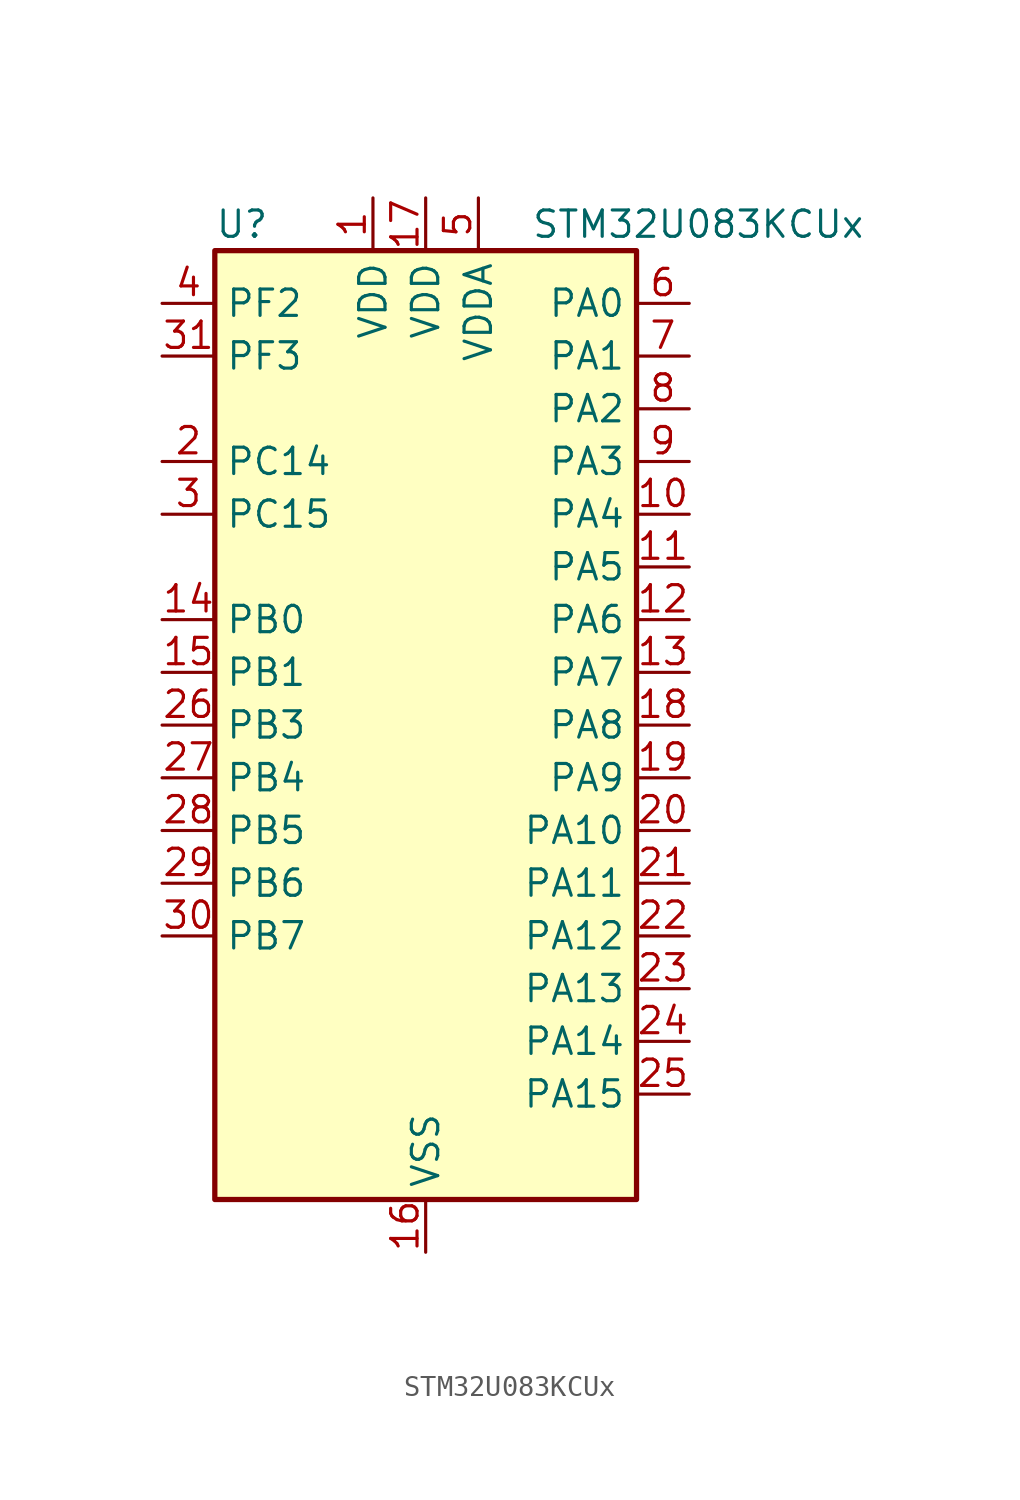
<source format=kicad_sym>
(kicad_symbol_lib
  (version 20231120)
  (generator "kicad_symbol_editor")
  (generator_version "8.99")
  (symbol "STM32U083KCUx"
    (property "Reference" "U"
      (at -10.16 24.13 0)
      (effects (font (size 1.27 1.27)) (justify left)))
    (property "Value" "STM32U083KCUx"
      (at 5.08 24.13 0)
      (effects (font (size 1.27 1.27)) (justify left)))
    (property "ki_locked" ""
      (at 0 0 0)
      (effects (font (size 1.27 1.27))))
    (symbol "STM32U083KCUx_0_1"
      (rectangle (start -10.16 -22.86) (end 10.16 22.86) (stroke (width 0.254) (type default)) (fill (type background))))
    (symbol "STM32U083KCUx_1_1"
      (pin power_in line (at -2.54 25.4 270) (length 2.54) (name "VDD" (effects (font (size 1.27 1.27)))) (number "1" (effects (font (size 1.27 1.27)))))
      (pin bidirectional line (at 12.7 10.16 180) (length 2.54) (name "PA4" (effects (font (size 1.27 1.27)))) (number "10" (effects (font (size 1.27 1.27)))) (alternate "ADC1_IN8" bidirectional line) (alternate "COMP1_INM" bidirectional line) (alternate "COMP2_INM" bidirectional line) (alternate "DAC1_OUT1" bidirectional line) (alternate "LCD_SEG43" bidirectional line) (alternate "LPTIM2_CH1" bidirectional line) (alternate "LPUART3_TX" bidirectional line) (alternate "SPI1_NSS" bidirectional line) (alternate "SPI3_NSS" bidirectional line) (alternate "USART2_CK" bidirectional line))
      (pin bidirectional line (at 12.7 7.62 180) (length 2.54) (name "PA5" (effects (font (size 1.27 1.27)))) (number "11" (effects (font (size 1.27 1.27)))) (alternate "ADC1_IN9" bidirectional line) (alternate "COMP1_INM" bidirectional line) (alternate "COMP2_INM" bidirectional line) (alternate "LCD_SEG44" bidirectional line) (alternate "LPTIM2_ETR" bidirectional line) (alternate "LPUART3_RX" bidirectional line) (alternate "SPI1_SCK" bidirectional line) (alternate "TIM2_CH1" bidirectional line) (alternate "TIM2_ETR" bidirectional line) (alternate "USART3_TX" bidirectional line))
      (pin bidirectional line (at 12.7 5.08 180) (length 2.54) (name "PA6" (effects (font (size 1.27 1.27)))) (number "12" (effects (font (size 1.27 1.27)))) (alternate "ADC1_IN10" bidirectional line) (alternate "COMP1_OUT" bidirectional line) (alternate "I2C2_SDA" bidirectional line) (alternate "I2C3_SDA" bidirectional line) (alternate "LCD_SEG3" bidirectional line) (alternate "LPUART1_CTS" bidirectional line) (alternate "SPI1_MISO" bidirectional line) (alternate "TIM16_CH1" bidirectional line) (alternate "TIM1_BKIN" bidirectional line) (alternate "TIM3_CH1" bidirectional line) (alternate "TSC_G5_IO1" bidirectional line) (alternate "USART3_CTS" bidirectional line))
      (pin bidirectional line (at 12.7 2.54 180) (length 2.54) (name "PA7" (effects (font (size 1.27 1.27)))) (number "13" (effects (font (size 1.27 1.27)))) (alternate "ADC1_IN14" bidirectional line) (alternate "COMP2_OUT" bidirectional line) (alternate "I2C2_SCL" bidirectional line) (alternate "I2C3_SCL" bidirectional line) (alternate "LCD_SEG4" bidirectional line) (alternate "LPTIM2_CH2" bidirectional line) (alternate "SPI1_MOSI" bidirectional line) (alternate "TIM1_CH1N" bidirectional line) (alternate "TIM3_CH2" bidirectional line) (alternate "USART3_RX" bidirectional line))
      (pin bidirectional line (at -12.7 5.08 0) (length 2.54) (name "PB0" (effects (font (size 1.27 1.27)))) (number "14" (effects (font (size 1.27 1.27)))) (alternate "ADC1_IN17" bidirectional line) (alternate "COMP1_OUT" bidirectional line) (alternate "LCD_SEG5" bidirectional line) (alternate "LPTIM3_CH1" bidirectional line) (alternate "LPUART2_CTS" bidirectional line) (alternate "SPI1_NSS" bidirectional line) (alternate "TIM1_CH2N" bidirectional line) (alternate "TIM3_CH3" bidirectional line) (alternate "TSC_G5_IO2" bidirectional line) (alternate "USART3_CK" bidirectional line))
      (pin bidirectional line (at -12.7 2.54 0) (length 2.54) (name "PB1" (effects (font (size 1.27 1.27)))) (number "15" (effects (font (size 1.27 1.27)))) (alternate "ADC1_IN18" bidirectional line) (alternate "COMP1_INM" bidirectional line) (alternate "LCD_SEG6" bidirectional line) (alternate "LPTIM2_IN1" bidirectional line) (alternate "LPTIM3_CH2" bidirectional line) (alternate "LPUART1_DE" bidirectional line) (alternate "LPUART1_RTS" bidirectional line) (alternate "LPUART2_DE" bidirectional line) (alternate "LPUART2_RTS" bidirectional line) (alternate "TIM1_CH3N" bidirectional line) (alternate "TIM3_CH4" bidirectional line) (alternate "TSC_SYNC" bidirectional line) (alternate "USART3_DE" bidirectional line) (alternate "USART3_RTS" bidirectional line))
      (pin power_in line (at 0 -25.4 90) (length 2.54) (name "VSS" (effects (font (size 1.27 1.27)))) (number "16" (effects (font (size 1.27 1.27)))))
      (pin power_in line (at 0 25.4 270) (length 2.54) (name "VDD" (effects (font (size 1.27 1.27)))) (number "17" (effects (font (size 1.27 1.27)))))
      (pin bidirectional line (at 12.7 0 180) (length 2.54) (name "PA8" (effects (font (size 1.27 1.27)))) (number "18" (effects (font (size 1.27 1.27)))) (alternate "LCD_COM0" bidirectional line) (alternate "LPTIM2_CH1" bidirectional line) (alternate "RCC_MCO" bidirectional line) (alternate "RCC_MCO2" bidirectional line) (alternate "TIM1_CH1" bidirectional line) (alternate "TSC_G7_IO1" bidirectional line) (alternate "USART1_CK" bidirectional line))
      (pin bidirectional line (at 12.7 -2.54 180) (length 2.54) (name "PA9" (effects (font (size 1.27 1.27)))) (number "19" (effects (font (size 1.27 1.27)))) (alternate "COMP1_INP" bidirectional line) (alternate "DAC1_EXTI9" bidirectional line) (alternate "I2C1_SCL" bidirectional line) (alternate "I2C2_SCL" bidirectional line) (alternate "LCD_COM1" bidirectional line) (alternate "RCC_MCO" bidirectional line) (alternate "TIM15_BKIN" bidirectional line) (alternate "TIM1_CH2" bidirectional line) (alternate "TSC_G7_IO2" bidirectional line) (alternate "USART1_TX" bidirectional line))
      (pin bidirectional line (at -12.7 12.7 0) (length 2.54) (name "PC14" (effects (font (size 1.27 1.27)))) (number "2" (effects (font (size 1.27 1.27)))) (alternate "RCC_OSC32_IN" bidirectional line))
      (pin bidirectional line (at 12.7 -5.08 180) (length 2.54) (name "PA10" (effects (font (size 1.27 1.27)))) (number "20" (effects (font (size 1.27 1.27)))) (alternate "CRS_SYNC" bidirectional line) (alternate "I2C1_SDA" bidirectional line) (alternate "I2C2_SDA" bidirectional line) (alternate "LCD_COM2" bidirectional line) (alternate "RCC_MCO2" bidirectional line) (alternate "SPI2_NSS" bidirectional line) (alternate "TIM1_CH3" bidirectional line) (alternate "TSC_G7_IO3" bidirectional line) (alternate "USART1_RX" bidirectional line))
      (pin bidirectional line (at 12.7 -7.62 180) (length 2.54) (name "PA11" (effects (font (size 1.27 1.27)))) (number "21" (effects (font (size 1.27 1.27)))) (alternate "ADC1_EXTI11" bidirectional line) (alternate "COMP1_OUT" bidirectional line) (alternate "SPI1_MISO" bidirectional line) (alternate "SPI2_MISO" bidirectional line) (alternate "TIM1_BKIN2" bidirectional line) (alternate "TIM1_CH4" bidirectional line) (alternate "USART1_CTS" bidirectional line) (alternate "USB_DM" bidirectional line))
      (pin bidirectional line (at 12.7 -10.16 180) (length 2.54) (name "PA12" (effects (font (size 1.27 1.27)))) (number "22" (effects (font (size 1.27 1.27)))) (alternate "SPI1_MOSI" bidirectional line) (alternate "SPI2_MOSI" bidirectional line) (alternate "TIM1_ETR" bidirectional line) (alternate "USART1_DE" bidirectional line) (alternate "USART1_RTS" bidirectional line) (alternate "USB_DP" bidirectional line))
      (pin bidirectional line (at 12.7 -12.7 180) (length 2.54) (name "PA13" (effects (font (size 1.27 1.27)))) (number "23" (effects (font (size 1.27 1.27)))) (alternate "DEBUG_JTMS-SWDIO" bidirectional line) (alternate "IR_OUT" bidirectional line) (alternate "LCD_SEG40" bidirectional line) (alternate "TSC_G7_IO4" bidirectional line) (alternate "USB_NOE" bidirectional line))
      (pin bidirectional line (at 12.7 -15.24 180) (length 2.54) (name "PA14" (effects (font (size 1.27 1.27)))) (number "24" (effects (font (size 1.27 1.27)))) (alternate "DEBUG_JTCK-SWCLK" bidirectional line) (alternate "LCD_SEG41" bidirectional line) (alternate "LPTIM1_CH1" bidirectional line) (alternate "TSC_G3_IO4" bidirectional line))
      (pin bidirectional line (at 12.7 -17.78 180) (length 2.54) (name "PA15" (effects (font (size 1.27 1.27)))) (number "25" (effects (font (size 1.27 1.27)))) (alternate "DEBUG_JTDI" bidirectional line) (alternate "LCD_SEG17" bidirectional line) (alternate "LPTIM3_CH3" bidirectional line) (alternate "LPTIM3_IN2" bidirectional line) (alternate "SPI1_NSS" bidirectional line) (alternate "SPI3_NSS" bidirectional line) (alternate "TIM2_CH1" bidirectional line) (alternate "TIM2_ETR" bidirectional line) (alternate "TSC_G3_IO1" bidirectional line) (alternate "USART2_RX" bidirectional line) (alternate "USART3_DE" bidirectional line) (alternate "USART3_RTS" bidirectional line) (alternate "USART4_DE" bidirectional line) (alternate "USART4_RTS" bidirectional line))
      (pin bidirectional line (at -12.7 0 0) (length 2.54) (name "PB3" (effects (font (size 1.27 1.27)))) (number "26" (effects (font (size 1.27 1.27)))) (alternate "COMP2_INM" bidirectional line) (alternate "DEBUG_JTDO-SWO" bidirectional line) (alternate "I2C2_SCL" bidirectional line) (alternate "I2C3_SCL" bidirectional line) (alternate "LCD_SEG7" bidirectional line) (alternate "LPTIM1_CH3" bidirectional line) (alternate "SPI1_SCK" bidirectional line) (alternate "SPI3_SCK" bidirectional line) (alternate "TIM2_CH2" bidirectional line) (alternate "USART1_DE" bidirectional line) (alternate "USART1_RTS" bidirectional line))
      (pin bidirectional line (at -12.7 -2.54 0) (length 2.54) (name "PB4" (effects (font (size 1.27 1.27)))) (number "27" (effects (font (size 1.27 1.27)))) (alternate "COMP2_INP" bidirectional line) (alternate "I2C2_SDA" bidirectional line) (alternate "I2C3_SDA" bidirectional line) (alternate "LCD_SEG8" bidirectional line) (alternate "LPTIM1_CH4" bidirectional line) (alternate "LPUART3_DE" bidirectional line) (alternate "LPUART3_RTS" bidirectional line) (alternate "SPI1_MISO" bidirectional line) (alternate "SPI3_MISO" bidirectional line) (alternate "TIM3_CH1" bidirectional line) (alternate "TSC_G2_IO1" bidirectional line) (alternate "USART1_CTS" bidirectional line))
      (pin bidirectional line (at -12.7 -5.08 0) (length 2.54) (name "PB5" (effects (font (size 1.27 1.27)))) (number "28" (effects (font (size 1.27 1.27)))) (alternate "COMP2_OUT" bidirectional line) (alternate "LCD_SEG9" bidirectional line) (alternate "LPTIM1_IN1" bidirectional line) (alternate "LPUART3_CTS" bidirectional line) (alternate "SPI1_MOSI" bidirectional line) (alternate "SPI3_MOSI" bidirectional line) (alternate "TIM16_BKIN" bidirectional line) (alternate "TIM3_CH2" bidirectional line) (alternate "TSC_G2_IO2" bidirectional line) (alternate "USART1_CK" bidirectional line))
      (pin bidirectional line (at -12.7 -7.62 0) (length 2.54) (name "PB6" (effects (font (size 1.27 1.27)))) (number "29" (effects (font (size 1.27 1.27)))) (alternate "COMP2_INP" bidirectional line) (alternate "I2C1_SCL" bidirectional line) (alternate "I2C2_SCL" bidirectional line) (alternate "I2C4_SCL" bidirectional line) (alternate "LPTIM1_ETR" bidirectional line) (alternate "LPUART2_TX" bidirectional line) (alternate "LPUART3_TX" bidirectional line) (alternate "TIM16_CH1N" bidirectional line) (alternate "TSC_G2_IO3" bidirectional line) (alternate "USART1_TX" bidirectional line))
      (pin bidirectional line (at -12.7 10.16 0) (length 2.54) (name "PC15" (effects (font (size 1.27 1.27)))) (number "3" (effects (font (size 1.27 1.27)))) (alternate "RCC_OSC32_EN" bidirectional line) (alternate "RCC_OSC32_OUT" bidirectional line) (alternate "RCC_OSC_EN" bidirectional line))
      (pin bidirectional line (at -12.7 -10.16 0) (length 2.54) (name "PB7" (effects (font (size 1.27 1.27)))) (number "30" (effects (font (size 1.27 1.27)))) (alternate "COMP2_INM" bidirectional line) (alternate "I2C1_SDA" bidirectional line) (alternate "I2C2_SDA" bidirectional line) (alternate "I2C4_SDA" bidirectional line) (alternate "LCD_SEG21" bidirectional line) (alternate "LPTIM1_IN2" bidirectional line) (alternate "LPUART2_RX" bidirectional line) (alternate "LPUART3_RX" bidirectional line) (alternate "PWR_PVD_IN" bidirectional line) (alternate "TSC_G2_IO4" bidirectional line) (alternate "USART1_RX" bidirectional line) (alternate "USART4_CTS" bidirectional line))
      (pin bidirectional line (at -12.7 17.78 0) (length 2.54) (name "PF3" (effects (font (size 1.27 1.27)))) (number "31" (effects (font (size 1.27 1.27)))))
      (pin passive line (at 0 -25.4 90) (length 2.54) hide (name "VSS" (effects (font (size 1.27 1.27)))) (number "32" (effects (font (size 1.27 1.27)))))
      (pin passive line (at 0 -25.4 90) (length 2.54) hide (name "VSS" (effects (font (size 1.27 1.27)))) (number "33" (effects (font (size 1.27 1.27)))))
      (pin bidirectional line (at -12.7 20.32 0) (length 2.54) (name "PF2" (effects (font (size 1.27 1.27)))) (number "4" (effects (font (size 1.27 1.27)))) (alternate "RCC_MCO" bidirectional line))
      (pin power_in line (at 2.54 25.4 270) (length 2.54) (name "VDDA" (effects (font (size 1.27 1.27)))) (number "5" (effects (font (size 1.27 1.27)))))
      (pin bidirectional line (at 12.7 20.32 180) (length 2.54) (name "PA0" (effects (font (size 1.27 1.27)))) (number "6" (effects (font (size 1.27 1.27)))) (alternate "ADC1_IN4" bidirectional line) (alternate "COMP1_INM" bidirectional line) (alternate "COMP1_OUT" bidirectional line) (alternate "LCD_SEG42" bidirectional line) (alternate "OPAMP1_VINP" bidirectional line) (alternate "PWR_WKUP1" bidirectional line) (alternate "TAMP_IN2" bidirectional line) (alternate "TIM2_CH1" bidirectional line) (alternate "TIM2_ETR" bidirectional line) (alternate "USART2_CTS" bidirectional line) (alternate "USART4_TX" bidirectional line))
      (pin bidirectional line (at 12.7 17.78 180) (length 2.54) (name "PA1" (effects (font (size 1.27 1.27)))) (number "7" (effects (font (size 1.27 1.27)))) (alternate "ADC1_IN5" bidirectional line) (alternate "COMP1_INP" bidirectional line) (alternate "LCD_SEG0" bidirectional line) (alternate "LPTIM1_CH2" bidirectional line) (alternate "OPAMP1_VINM" bidirectional line) (alternate "PWR_WKUP3" bidirectional line) (alternate "SPI1_SCK" bidirectional line) (alternate "SPI2_SCK" bidirectional line) (alternate "TAMP_IN5" bidirectional line) (alternate "TIM15_CH1N" bidirectional line) (alternate "TIM2_CH2" bidirectional line) (alternate "USART2_DE" bidirectional line) (alternate "USART2_RTS" bidirectional line) (alternate "USART4_RX" bidirectional line))
      (pin bidirectional line (at 12.7 15.24 180) (length 2.54) (name "PA2" (effects (font (size 1.27 1.27)))) (number "8" (effects (font (size 1.27 1.27)))) (alternate "ADC1_IN6" bidirectional line) (alternate "COMP2_INM" bidirectional line) (alternate "COMP2_OUT" bidirectional line) (alternate "LCD_SEG1" bidirectional line) (alternate "LPUART1_TX" bidirectional line) (alternate "PWR_WKUP4" bidirectional line) (alternate "RCC_LSCO" bidirectional line) (alternate "TIM15_CH1" bidirectional line) (alternate "TIM2_CH3" bidirectional line) (alternate "USART2_TX" bidirectional line))
      (pin bidirectional line (at 12.7 12.7 180) (length 2.54) (name "PA3" (effects (font (size 1.27 1.27)))) (number "9" (effects (font (size 1.27 1.27)))) (alternate "ADC1_IN7" bidirectional line) (alternate "COMP2_INP" bidirectional line) (alternate "LCD_SEG2" bidirectional line) (alternate "LPUART1_RX" bidirectional line) (alternate "OPAMP1_VOUT" bidirectional line) (alternate "TIM15_CH2" bidirectional line) (alternate "TIM2_CH4" bidirectional line) (alternate "USART2_RX" bidirectional line)))))
</source>
